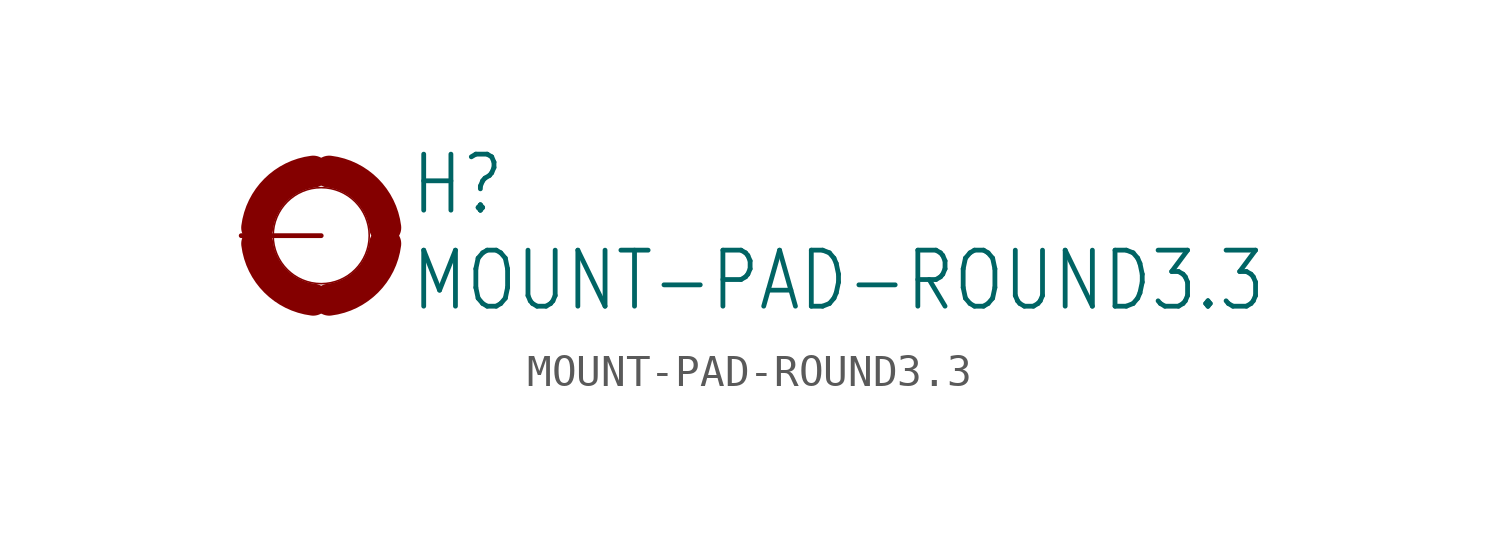
<source format=kicad_sym>
(kicad_symbol_lib
  (version 20211014)
  (generator kicad_symbol_editor)
  (symbol "MOUNT-PAD-ROUND3.3"
    (property "Reference" "H"
      (at 2.794 0.584 0)
      (effects (font (size 1.778 1.511)) (justify left bottom)))
    (property "Value" "MOUNT-PAD-ROUND3.3"
      (at 2.794 -2.464 0)
      (effects (font (size 1.778 1.511)) (justify left bottom)))
    (property "ki_locked" ""
      (at 0 0 0)
      (effects (font (size 1.27 1.27))))
    (symbol "MOUNT-PAD-ROUND3.3_1_0"
      (arc (start -2.032 -0.254) (mid -1.448 -1.448) (end -0.254 -2.032) (stroke (width 1.016) (type default) (color 0 0 0 0)) (fill (type none)))
      (arc (start -0.254 2.032) (mid -1.448 1.448) (end -2.032 0.254) (stroke (width 1.016) (type default) (color 0 0 0 0)) (fill (type none)))
      (circle (center 0 0) (radius 1.524) (stroke (width 0.051) (type default) (color 0 0 0 0)) (fill (type none)))
      (arc (start 0.254 -2.032) (mid 1.448 -1.448) (end 2.032 -0.254) (stroke (width 1.016) (type default) (color 0 0 0 0)) (fill (type none)))
      (arc (start 2.032 0.254) (mid 1.448 1.448) (end 0.254 2.032) (stroke (width 1.016) (type default) (color 0 0 0 0)) (fill (type none)))
      (pin passive line (at -2.54 0 0) (length 2.54) (name "MOUNT" (effects (font (size 0 0)))) (number "B3,3" (effects (font (size 0 0))))))))
</source>
